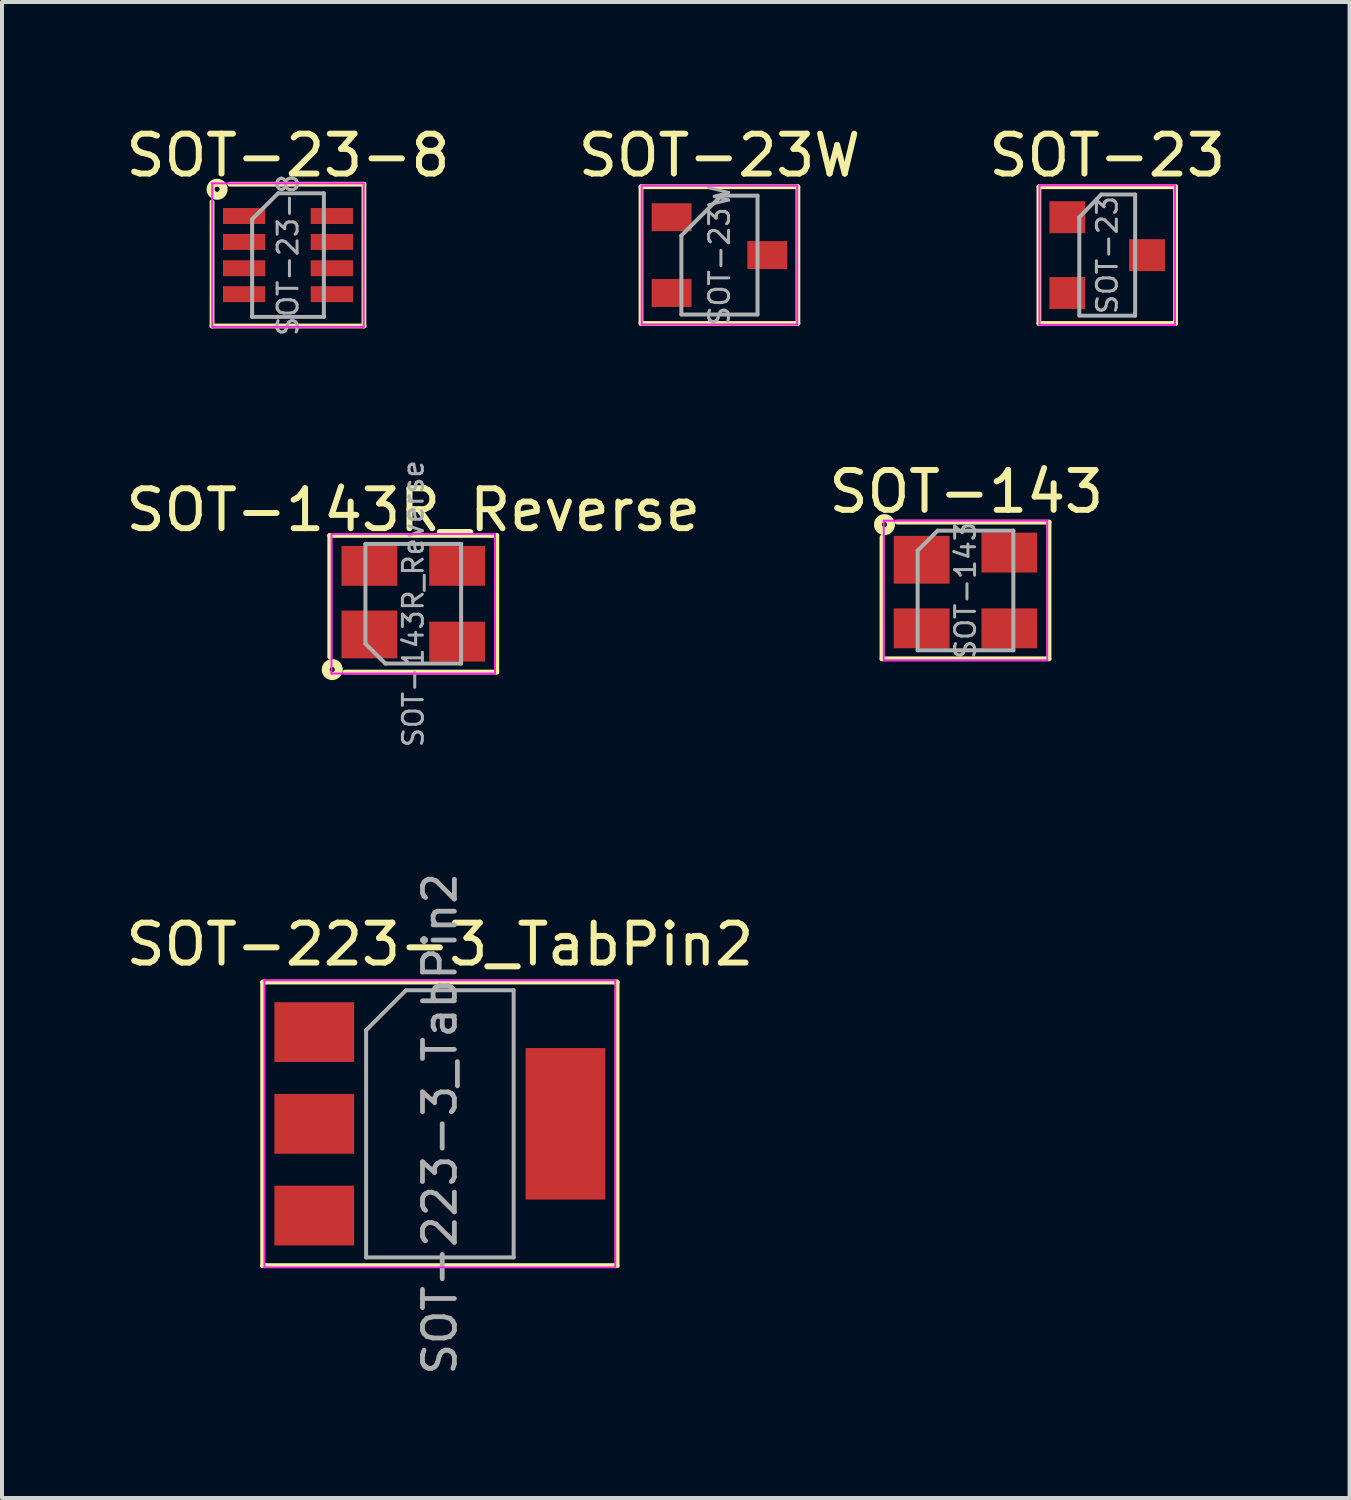
<source format=kicad_pcb>
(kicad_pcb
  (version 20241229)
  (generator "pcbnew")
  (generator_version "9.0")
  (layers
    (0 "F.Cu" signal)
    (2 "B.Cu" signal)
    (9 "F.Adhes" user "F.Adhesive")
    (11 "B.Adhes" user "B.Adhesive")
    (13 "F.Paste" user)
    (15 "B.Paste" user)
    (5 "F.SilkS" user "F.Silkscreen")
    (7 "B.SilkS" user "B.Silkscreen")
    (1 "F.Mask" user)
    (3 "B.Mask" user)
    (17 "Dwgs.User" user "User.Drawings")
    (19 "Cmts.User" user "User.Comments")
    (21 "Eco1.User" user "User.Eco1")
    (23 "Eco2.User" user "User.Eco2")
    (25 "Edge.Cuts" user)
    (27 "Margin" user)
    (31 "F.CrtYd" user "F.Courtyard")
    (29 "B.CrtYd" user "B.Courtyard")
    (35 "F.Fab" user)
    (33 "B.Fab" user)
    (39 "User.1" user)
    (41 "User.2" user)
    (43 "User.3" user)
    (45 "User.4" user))
  (footprint "SOT-23W"
    (layer "F.Cu")
    (at 14.994 3.348)
    (property "Reference" "SOT-23W" (at 0 -2.5 0) (layer "F.SilkS") (effects (font (size 1 1) (thickness 0.15))))
    (attr smd)
    (fp_line (start -1.968 -1.714) (end -1.968 1.714) (stroke (width 0.12) (type solid)) (layer "F.SilkS"))
    (fp_line (start -1.968 1.714) (end 1.968 1.714) (stroke (width 0.12) (type solid)) (layer "F.SilkS"))
    (fp_line (start 1.968 -1.714) (end -1.968 -1.714) (stroke (width 0.12) (type solid)) (layer "F.SilkS"))
    (fp_line (start 1.968 1.714) (end 1.968 -1.714) (stroke (width 0.12) (type solid)) (layer "F.SilkS"))
    (fp_line (start -1.95 -1.74) (end 1.95 -1.74) (stroke (width 0.05) (type solid)) (layer "F.CrtYd"))
    (fp_line (start -1.95 1.74) (end -1.95 -1.74) (stroke (width 0.05) (type solid)) (layer "F.CrtYd"))
    (fp_line (start 1.95 -1.74) (end 1.95 1.74) (stroke (width 0.05) (type solid)) (layer "F.CrtYd"))
    (fp_line (start 1.95 1.74) (end -1.95 1.74) (stroke (width 0.05) (type solid)) (layer "F.CrtYd"))
    (fp_line (start -0.955 -0.49) (end -0.955 1.49) (stroke (width 0.1) (type solid)) (layer "F.Fab"))
    (fp_line (start -0.955 -0.49) (end 0.045 -1.49) (stroke (width 0.1) (type solid)) (layer "F.Fab"))
    (fp_line (start -0.955 1.49) (end 0.955 1.49) (stroke (width 0.1) (type solid)) (layer "F.Fab"))
    (fp_line (start 0.045 -1.49) (end 0.955 -1.49) (stroke (width 0.1) (type solid)) (layer "F.Fab"))
    (fp_line (start 0.955 -1.49) (end 0.955 1.49) (stroke (width 0.1) (type solid)) (layer "F.Fab"))
    (fp_text user "${REFERENCE}" (at 0 0 90) (layer "F.Fab") (effects (font (size 0.5 0.5) (thickness 0.075))))
    (pad "1" smd rect (at -1.2 -0.95) (size 1 0.7) (layers "F.Cu" "F.Mask" "F.Paste"))
    (pad "2" smd rect (at -1.2 0.95) (size 1 0.7) (layers "F.Cu" "F.Mask" "F.Paste"))
    (pad "3" smd rect (at 1.2 0) (size 1 0.7) (layers "F.Cu" "F.Mask" "F.Paste")))
  (footprint "SOT-143"
    (layer "F.Cu")
    (at 21.165 11.759)
    (property "Reference" "SOT-143" (at 0.02 -2.477 0) (layer "F.SilkS") (effects (font (size 1 1) (thickness 0.15))))
    (attr smd)
    (fp_line (start -2.095 -1.333) (end -2.095 1.714) (stroke (width 0.12) (type solid)) (layer "F.SilkS"))
    (fp_line (start -2.095 1.714) (end 2.095 1.714) (stroke (width 0.12) (type solid)) (layer "F.SilkS"))
    (fp_line (start 2.095 -1.714) (end -1.714 -1.714) (stroke (width 0.12) (type solid)) (layer "F.SilkS"))
    (fp_line (start 2.095 1.714) (end 2.095 -1.714) (stroke (width 0.12) (type solid)) (layer "F.SilkS"))
    (fp_circle (center -2.032 -1.651) (end -1.968 -1.651) (stroke (width 0.2) (type solid)) (fill no) (layer "F.SilkS"))
    (fp_line (start -2.05 1.75) (end -2.05 -1.75) (stroke (width 0.05) (type solid)) (layer "F.CrtYd"))
    (fp_line (start -2.05 1.75) (end 2.05 1.75) (stroke (width 0.05) (type solid)) (layer "F.CrtYd"))
    (fp_line (start 2.05 -1.75) (end -2.05 -1.75) (stroke (width 0.05) (type solid)) (layer "F.CrtYd"))
    (fp_line (start 2.05 -1.75) (end 2.05 1.75) (stroke (width 0.05) (type solid)) (layer "F.CrtYd"))
    (fp_line (start -1.2 -1) (end -0.7 -1.5) (stroke (width 0.1) (type solid)) (layer "F.Fab"))
    (fp_line (start -1.2 1.5) (end -1.2 -1) (stroke (width 0.1) (type solid)) (layer "F.Fab"))
    (fp_line (start -0.7 -1.5) (end 1.2 -1.5) (stroke (width 0.1) (type solid)) (layer "F.Fab"))
    (fp_line (start 1.2 -1.5) (end 1.2 1.5) (stroke (width 0.1) (type solid)) (layer "F.Fab"))
    (fp_line (start 1.2 1.5) (end -1.2 1.5) (stroke (width 0.1) (type solid)) (layer "F.Fab"))
    (fp_text user "${REFERENCE}" (at 0 0 90) (layer "F.Fab") (effects (font (size 0.5 0.5) (thickness 0.075))))
    (pad "1" smd rect (at -1.1 -0.77 270) (size 1.2 1.4) (layers "F.Cu" "F.Mask" "F.Paste"))
    (pad "2" smd rect (at -1.1 0.95 270) (size 1 1.4) (layers "F.Cu" "F.Mask" "F.Paste"))
    (pad "3" smd rect (at 1.1 0.95 270) (size 1 1.4) (layers "F.Cu" "F.Mask" "F.Paste"))
    (pad "4" smd rect (at 1.1 -0.95 270) (size 1 1.4) (layers "F.Cu" "F.Mask" "F.Paste")))
  (footprint "SOT-223-3_TabPin2"
    (layer "F.Cu")
    (at 7.982 25.136)
    (property "Reference" "SOT-223-3_TabPin2" (at 0 -4.5 0) (layer "F.SilkS") (effects (font (size 1 1) (thickness 0.15))))
    (attr smd)
    (fp_line (start -4.445 -3.556) (end -4.381 -3.556) (stroke (width 0.12) (type solid)) (layer "F.SilkS"))
    (fp_line (start -4.445 3.556) (end -4.445 -3.556) (stroke (width 0.12) (type solid)) (layer "F.SilkS"))
    (fp_line (start -4.381 -3.556) (end 4.381 -3.556) (stroke (width 0.12) (type solid)) (layer "F.SilkS"))
    (fp_line (start -4.381 3.556) (end -4.445 3.556) (stroke (width 0.12) (type solid)) (layer "F.SilkS"))
    (fp_line (start 4.381 -3.556) (end 4.445 -3.556) (stroke (width 0.12) (type solid)) (layer "F.SilkS"))
    (fp_line (start 4.445 -3.556) (end 4.445 3.556) (stroke (width 0.12) (type solid)) (layer "F.SilkS"))
    (fp_line (start 4.445 3.556) (end -4.381 3.556) (stroke (width 0.12) (type solid)) (layer "F.SilkS"))
    (fp_line (start -4.4 -3.6) (end -4.4 3.6) (stroke (width 0.05) (type solid)) (layer "F.CrtYd"))
    (fp_line (start -4.4 3.6) (end 4.4 3.6) (stroke (width 0.05) (type solid)) (layer "F.CrtYd"))
    (fp_line (start 4.4 -3.6) (end -4.4 -3.6) (stroke (width 0.05) (type solid)) (layer "F.CrtYd"))
    (fp_line (start 4.4 3.6) (end 4.4 -3.6) (stroke (width 0.05) (type solid)) (layer "F.CrtYd"))
    (fp_line (start -1.85 -2.35) (end -1.85 3.35) (stroke (width 0.1) (type solid)) (layer "F.Fab"))
    (fp_line (start -1.85 -2.35) (end -0.85 -3.35) (stroke (width 0.1) (type solid)) (layer "F.Fab"))
    (fp_line (start -1.85 3.35) (end 1.85 3.35) (stroke (width 0.1) (type solid)) (layer "F.Fab"))
    (fp_line (start -0.85 -3.35) (end 1.85 -3.35) (stroke (width 0.1) (type solid)) (layer "F.Fab"))
    (fp_line (start 1.85 -3.35) (end 1.85 3.35) (stroke (width 0.1) (type solid)) (layer "F.Fab"))
    (fp_text user "${REFERENCE}" (at 0 0 90) (layer "F.Fab") (effects (font (size 0.8 0.8) (thickness 0.12))))
    (pad "1" smd rect (at -3.15 -2.3) (size 2 1.5) (layers "F.Cu" "F.Mask" "F.Paste"))
    (pad "2" smd rect (at -3.15 0) (size 2 1.5) (layers "F.Cu" "F.Mask" "F.Paste"))
    (pad "2" smd rect (at 3.15 0) (size 2 3.8) (layers "F.Cu" "F.Mask" "F.Paste"))
    (pad "3" smd rect (at -3.15 2.3) (size 2 1.5) (layers "F.Cu" "F.Mask" "F.Paste")))
  (footprint "SOT-23-8"
    (layer "F.Cu")
    (at 4.173 3.348)
    (property "Reference" "SOT-23-8" (at 0 -2.5 0) (layer "F.SilkS") (effects (font (size 1 1) (thickness 0.15))))
    (attr smd)
    (fp_line (start -1.905 -1.333) (end -1.905 1.778) (stroke (width 0.12) (type solid)) (layer "F.SilkS"))
    (fp_line (start -1.905 1.778) (end 1.905 1.778) (stroke (width 0.12) (type solid)) (layer "F.SilkS"))
    (fp_line (start 1.905 -1.778) (end -1.46 -1.778) (stroke (width 0.12) (type solid)) (layer "F.SilkS"))
    (fp_line (start 1.905 1.778) (end 1.905 -1.778) (stroke (width 0.12) (type solid)) (layer "F.SilkS"))
    (fp_circle (center -1.778 -1.651) (end -1.714 -1.651) (stroke (width 0.2) (type solid)) (fill no) (layer "F.SilkS"))
    (fp_line (start -1.9 -1.8) (end -1.9 1.8) (stroke (width 0.05) (type solid)) (layer "F.CrtYd"))
    (fp_line (start -1.9 1.8) (end 1.9 1.8) (stroke (width 0.05) (type solid)) (layer "F.CrtYd"))
    (fp_line (start 1.9 -1.8) (end -1.9 -1.8) (stroke (width 0.05) (type solid)) (layer "F.CrtYd"))
    (fp_line (start 1.9 1.8) (end 1.9 -1.8) (stroke (width 0.05) (type solid)) (layer "F.CrtYd"))
    (fp_line (start -0.9 -0.9) (end -0.9 1.55) (stroke (width 0.1) (type solid)) (layer "F.Fab"))
    (fp_line (start -0.9 -0.9) (end -0.25 -1.55) (stroke (width 0.1) (type solid)) (layer "F.Fab"))
    (fp_line (start 0.9 -1.55) (end -0.25 -1.55) (stroke (width 0.1) (type solid)) (layer "F.Fab"))
    (fp_line (start 0.9 -1.55) (end 0.9 1.55) (stroke (width 0.1) (type solid)) (layer "F.Fab"))
    (fp_line (start 0.9 1.55) (end -0.9 1.55) (stroke (width 0.1) (type solid)) (layer "F.Fab"))
    (fp_text user "${REFERENCE}" (at 0 0 90) (layer "F.Fab") (effects (font (size 0.5 0.5) (thickness 0.075))))
    (pad "1" smd rect (at -1.1 -0.98) (size 1.06 0.4) (layers "F.Cu" "F.Mask" "F.Paste"))
    (pad "2" smd rect (at -1.1 -0.33) (size 1.06 0.4) (layers "F.Cu" "F.Mask" "F.Paste"))
    (pad "3" smd rect (at -1.1 0.33) (size 1.06 0.4) (layers "F.Cu" "F.Mask" "F.Paste"))
    (pad "4" smd rect (at -1.1 0.98) (size 1.06 0.4) (layers "F.Cu" "F.Mask" "F.Paste"))
    (pad "5" smd rect (at 1.1 0.98) (size 1.06 0.4) (layers "F.Cu" "F.Mask" "F.Paste"))
    (pad "6" smd rect (at 1.1 0.33) (size 1.06 0.4) (layers "F.Cu" "F.Mask" "F.Paste"))
    (pad "7" smd rect (at 1.1 -0.33) (size 1.06 0.4) (layers "F.Cu" "F.Mask" "F.Paste"))
    (pad "8" smd rect (at 1.1 -0.98) (size 1.06 0.4) (layers "F.Cu" "F.Mask" "F.Paste")))
  (footprint "SOT-143R_Reverse"
    (layer "F.Cu")
    (at 7.315 12.092)
    (property "Reference" "SOT-143R_Reverse" (at 0 -2.35 0) (layer "F.SilkS") (effects (font (size 1 1) (thickness 0.15))))
    (attr smd)
    (fp_line (start -2.095 -1.714) (end -2.095 1.333) (stroke (width 0.12) (type solid)) (layer "F.SilkS"))
    (fp_line (start -1.714 1.714) (end 2.095 1.714) (stroke (width 0.12) (type solid)) (layer "F.SilkS"))
    (fp_line (start 2.095 -1.714) (end -2.095 -1.714) (stroke (width 0.12) (type solid)) (layer "F.SilkS"))
    (fp_line (start 2.095 1.714) (end 2.095 -1.714) (stroke (width 0.12) (type solid)) (layer "F.SilkS"))
    (fp_circle (center -2.032 1.651) (end -1.968 1.651) (stroke (width 0.2) (type solid)) (fill no) (layer "F.SilkS"))
    (fp_line (start -2.05 1.75) (end -2.05 -1.75) (stroke (width 0.05) (type solid)) (layer "F.CrtYd"))
    (fp_line (start -2.05 1.75) (end 2.05 1.75) (stroke (width 0.05) (type solid)) (layer "F.CrtYd"))
    (fp_line (start 2.05 -1.75) (end -2.05 -1.75) (stroke (width 0.05) (type solid)) (layer "F.CrtYd"))
    (fp_line (start 2.05 -1.75) (end 2.05 1.75) (stroke (width 0.05) (type solid)) (layer "F.CrtYd"))
    (fp_line (start -1.2 -1.5) (end 1.2 -1.5) (stroke (width 0.1) (type solid)) (layer "F.Fab"))
    (fp_line (start -1.2 1) (end -1.2 -1.5) (stroke (width 0.1) (type solid)) (layer "F.Fab"))
    (fp_line (start -0.7 1.5) (end -1.2 1) (stroke (width 0.1) (type solid)) (layer "F.Fab"))
    (fp_line (start 1.2 -1.5) (end 1.2 1.5) (stroke (width 0.1) (type solid)) (layer "F.Fab"))
    (fp_line (start 1.2 1.5) (end -0.7 1.5) (stroke (width 0.1) (type solid)) (layer "F.Fab"))
    (fp_text user "${REFERENCE}" (at 0 0 90) (layer "F.Fab") (effects (font (size 0.5 0.5) (thickness 0.075))))
    (pad "1" smd rect (at -1.1 0.77 270) (size 1.2 1.4) (layers "F.Cu" "F.Mask" "F.Paste"))
    (pad "2" smd rect (at -1.1 -0.95 270) (size 1 1.4) (layers "F.Cu" "F.Mask" "F.Paste"))
    (pad "3" smd rect (at 1.1 -0.95 270) (size 1 1.4) (layers "F.Cu" "F.Mask" "F.Paste"))
    (pad "4" smd rect (at 1.1 0.95 270) (size 1 1.4) (layers "F.Cu" "F.Mask" "F.Paste")))
  (footprint "SOT-23"
    (layer "F.Cu")
    (at 24.72 3.348)
    (property "Reference" "SOT-23" (at 0 -2.5 0) (layer "F.SilkS") (effects (font (size 1 1) (thickness 0.15))))
    (attr smd)
    (fp_line (start -1.714 -1.714) (end -1.714 1.714) (stroke (width 0.12) (type solid)) (layer "F.SilkS"))
    (fp_line (start -1.714 1.714) (end 1.714 1.714) (stroke (width 0.12) (type solid)) (layer "F.SilkS"))
    (fp_line (start 1.714 -1.714) (end -1.714 -1.714) (stroke (width 0.12) (type solid)) (layer "F.SilkS"))
    (fp_line (start 1.714 1.714) (end 1.714 -1.714) (stroke (width 0.12) (type solid)) (layer "F.SilkS"))
    (fp_line (start -1.7 -1.75) (end 1.7 -1.75) (stroke (width 0.05) (type solid)) (layer "F.CrtYd"))
    (fp_line (start -1.7 1.75) (end -1.7 -1.75) (stroke (width 0.05) (type solid)) (layer "F.CrtYd"))
    (fp_line (start 1.7 -1.75) (end 1.7 1.75) (stroke (width 0.05) (type solid)) (layer "F.CrtYd"))
    (fp_line (start 1.7 1.75) (end -1.7 1.75) (stroke (width 0.05) (type solid)) (layer "F.CrtYd"))
    (fp_line (start -0.7 -0.95) (end -0.7 1.5) (stroke (width 0.1) (type solid)) (layer "F.Fab"))
    (fp_line (start -0.7 -0.95) (end -0.15 -1.52) (stroke (width 0.1) (type solid)) (layer "F.Fab"))
    (fp_line (start -0.7 1.52) (end 0.7 1.52) (stroke (width 0.1) (type solid)) (layer "F.Fab"))
    (fp_line (start -0.15 -1.52) (end 0.7 -1.52) (stroke (width 0.1) (type solid)) (layer "F.Fab"))
    (fp_line (start 0.7 -1.52) (end 0.7 1.52) (stroke (width 0.1) (type solid)) (layer "F.Fab"))
    (fp_text user "${REFERENCE}" (at 0 0 90) (layer "F.Fab") (effects (font (size 0.5 0.5) (thickness 0.075))))
    (pad "1" smd rect (at -1 -0.95) (size 0.9 0.8) (layers "F.Cu" "F.Mask" "F.Paste"))
    (pad "2" smd rect (at -1 0.95) (size 0.9 0.8) (layers "F.Cu" "F.Mask" "F.Paste"))
    (pad "3" smd rect (at 1 0) (size 0.9 0.8) (layers "F.Cu" "F.Mask" "F.Paste")))
  (gr_rect
    (start -3 -3)
    (end 30.798 34.521)
    (stroke (width 0.1) (type default))
    (fill no)
    (layer "Edge.Cuts")))
</source>
